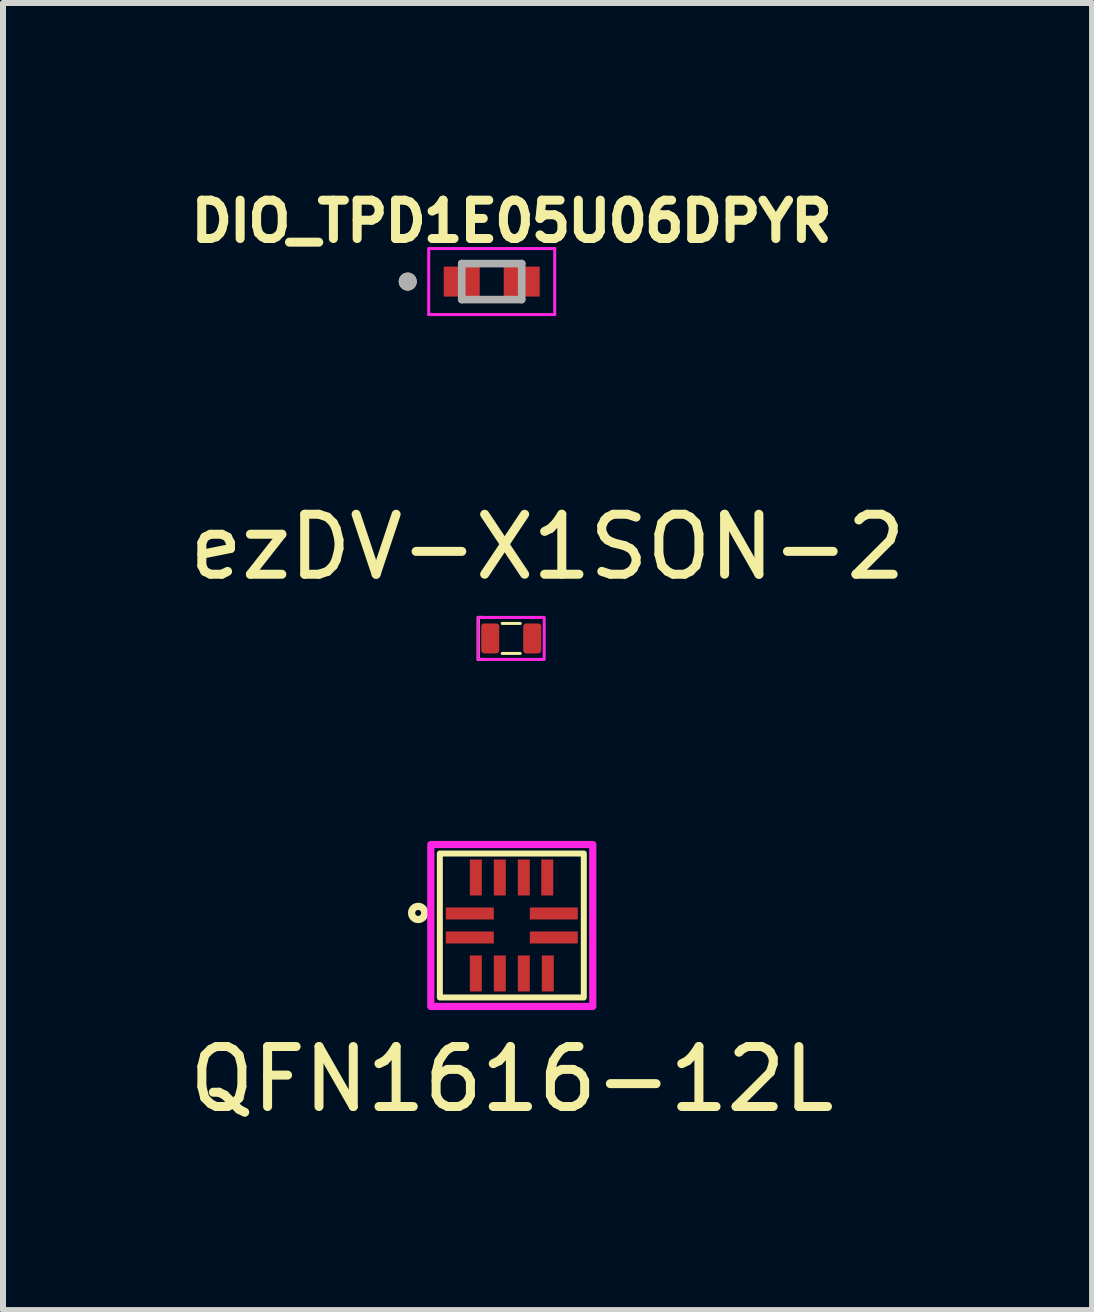
<source format=kicad_pcb>
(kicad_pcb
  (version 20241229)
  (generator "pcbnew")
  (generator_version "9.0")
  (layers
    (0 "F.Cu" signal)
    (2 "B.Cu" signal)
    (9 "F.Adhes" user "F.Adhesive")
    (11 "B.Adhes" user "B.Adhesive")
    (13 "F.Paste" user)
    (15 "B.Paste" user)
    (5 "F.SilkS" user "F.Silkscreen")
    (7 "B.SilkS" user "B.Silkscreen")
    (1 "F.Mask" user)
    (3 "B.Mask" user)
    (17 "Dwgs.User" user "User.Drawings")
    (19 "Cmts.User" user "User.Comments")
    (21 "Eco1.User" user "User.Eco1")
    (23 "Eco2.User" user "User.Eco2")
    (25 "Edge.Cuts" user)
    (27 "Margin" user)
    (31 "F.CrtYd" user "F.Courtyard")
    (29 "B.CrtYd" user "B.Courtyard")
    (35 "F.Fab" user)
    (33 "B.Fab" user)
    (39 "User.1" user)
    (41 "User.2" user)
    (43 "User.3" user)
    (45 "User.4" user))
  (footprint "DIO_TPD1E05U06DPYR"
    (layer "F.Cu")
    (at 5.147 1.644)
    (property "Reference" "DIO_TPD1E05U06DPYR" (at 0.332 -1.006 0) (layer "F.SilkS") (effects (font (size 0.64 0.64) (thickness 0.15))))
    (attr through_hole)
    (fp_circle (center -1.4 0) (end -1.325 0) (stroke (width 0.15) (type solid)) (fill no) (layer "F.SilkS"))
    (fp_line (start -1.05 -0.55) (end -1.05 0.55) (stroke (width 0.05) (type solid)) (layer "F.CrtYd"))
    (fp_line (start -1.05 0.55) (end 1.05 0.55) (stroke (width 0.05) (type solid)) (layer "F.CrtYd"))
    (fp_line (start 1.05 -0.55) (end -1.05 -0.55) (stroke (width 0.05) (type solid)) (layer "F.CrtYd"))
    (fp_line (start 1.05 0.55) (end 1.05 -0.55) (stroke (width 0.05) (type solid)) (layer "F.CrtYd"))
    (fp_line (start -0.5 -0.3) (end -0.5 0.3) (stroke (width 0.127) (type solid)) (layer "F.Fab"))
    (fp_line (start -0.5 0.3) (end 0.5 0.3) (stroke (width 0.127) (type solid)) (layer "F.Fab"))
    (fp_line (start 0.5 -0.3) (end -0.5 -0.3) (stroke (width 0.127) (type solid)) (layer "F.Fab"))
    (fp_line (start 0.5 0.3) (end 0.5 -0.3) (stroke (width 0.127) (type solid)) (layer "F.Fab"))
    (fp_circle (center -1.4 0) (end -1.325 0) (stroke (width 0.15) (type solid)) (fill no) (layer "F.Fab"))
    (pad "1" smd rect (at -0.5 0) (size 0.6 0.5) (layers "F.Cu" "F.Mask" "F.Paste"))
    (pad "2" smd rect (at 0.5 0) (size 0.6 0.5) (layers "F.Cu" "F.Mask" "F.Paste")))
  (footprint "ezDV-X1SON-2"
    (layer "F.Cu")
    (at 5.472 7.593)
    (property "Reference" "ezDV-X1SON-2" (at 0.605 -1.525 0) (unlocked yes) (layer "F.SilkS") (effects (font (size 1 1) (thickness 0.15))))
    (attr smd)
    (fp_line (start -0.55 -0.35) (end -0.55 0.35) (stroke (width 0.05) (type solid)) (layer "F.SilkS"))
    (fp_line (start -0.55 -0.35) (end -0.45 -0.35) (stroke (width 0.05) (type solid)) (layer "F.SilkS"))
    (fp_line (start -0.45 0.35) (end -0.55 0.35) (stroke (width 0.05) (type solid)) (layer "F.SilkS"))
    (fp_line (start -0.15 0.25) (end 0.15 0.25) (stroke (width 0.05) (type solid)) (layer "F.SilkS"))
    (fp_line (start 0.15 -0.25) (end -0.15 -0.25) (stroke (width 0.05) (type solid)) (layer "F.SilkS"))
    (fp_rect (start -0.55 -0.35) (end 0.55 0.35) (stroke (width 0.05) (type solid)) (fill no) (layer "F.CrtYd"))
    (pad "1" smd roundrect (at -0.35 0 90) (size 0.5 0.3) (layers "F.Cu" "F.Mask" "F.Paste") (roundrect_rratio 0.167))
    (pad "2" smd roundrect (at 0.35 0 90) (size 0.5 0.3) (layers "F.Cu" "F.Mask" "F.Paste") (roundrect_rratio 0.167)))
  (footprint "QFN1616-12L"
    (layer "F.Cu")
    (at 5.482 12.378)
    (property "Reference" "QFN1616-12L" (at 0 2.563 0) (unlocked yes) (layer "F.SilkS") (effects (font (size 1 1) (thickness 0.15))))
    (attr smd)
    (fp_rect (start -1.2 -1.2) (end 1.2 1.2) (stroke (width 0.1) (type solid)) (fill no) (layer "F.SilkS"))
    (fp_circle (center -1.561 -0.209) (end -1.511 -0.209) (stroke (width 0.12) (type solid)) (fill no) (layer "F.SilkS"))
    (fp_rect (start -1.35 -1.35) (end 1.35 1.35) (stroke (width 0.12) (type solid)) (fill no) (layer "F.CrtYd"))
    (pad "1" smd rect (at -0.7 -0.2) (size 0.8 0.2) (layers "F.Cu" "F.Mask" "F.Paste"))
    (pad "2" smd rect (at -0.7 0.2) (size 0.8 0.2) (layers "F.Cu" "F.Mask" "F.Paste"))
    (pad "3" smd rect (at -0.6 0.8) (size 0.2 0.6) (layers "F.Cu" "F.Mask" "F.Paste"))
    (pad "4" smd rect (at -0.2 0.8) (size 0.2 0.6) (layers "F.Cu" "F.Mask" "F.Paste"))
    (pad "5" smd rect (at 0.2 0.8) (size 0.2 0.6) (layers "F.Cu" "F.Mask" "F.Paste"))
    (pad "6" smd rect (at 0.6 0.8) (size 0.2 0.6) (layers "F.Cu" "F.Mask" "F.Paste"))
    (pad "7" smd rect (at 0.7 0.2) (size 0.8 0.2) (layers "F.Cu" "F.Mask" "F.Paste"))
    (pad "8" smd rect (at 0.7 -0.2) (size 0.8 0.2) (layers "F.Cu" "F.Mask" "F.Paste"))
    (pad "9" smd rect (at 0.591 -0.8) (size 0.2 0.6) (layers "F.Cu" "F.Mask" "F.Paste"))
    (pad "10" smd rect (at 0.2 -0.8) (size 0.2 0.6) (layers "F.Cu" "F.Mask" "F.Paste"))
    (pad "11" smd rect (at -0.2 -0.8) (size 0.2 0.6) (layers "F.Cu" "F.Mask" "F.Paste"))
    (pad "12" smd rect (at -0.6 -0.8) (size 0.2 0.6) (layers "F.Cu" "F.Mask" "F.Paste")))
  (gr_rect
    (start -3 -3)
    (end 15.155 18.789)
    (stroke (width 0.1) (type default))
    (fill no)
    (layer "Edge.Cuts")))
</source>
